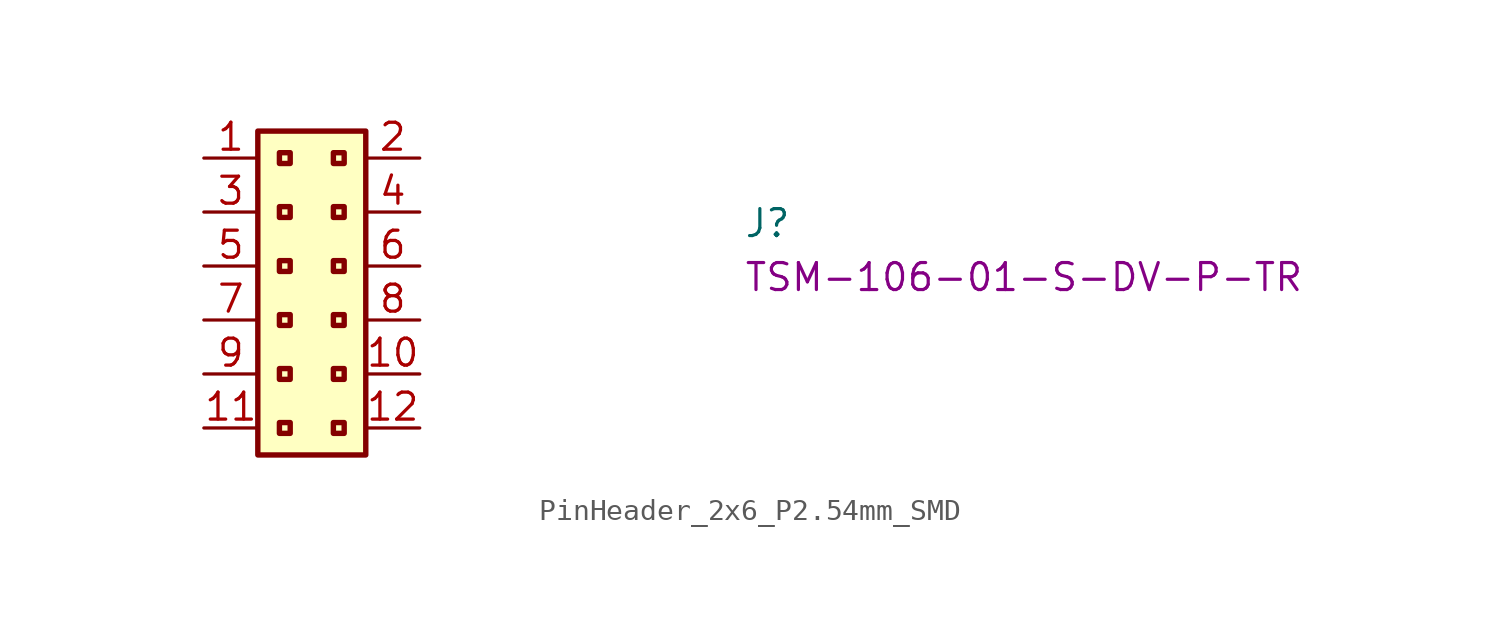
<source format=kicad_sym>
(kicad_symbol_lib
  (version 20220914)
  (generator kicad_symbol_editor)
  (symbol "PinHeader_2x6_P2.54mm_SMD"
    (property "Reference" "J"
      (at 25.4 -3.81 0)
      (effects (font (size 1.27 1.27) (thickness 0.15)) (justify left bottom)))
    (property "MPN" "TSM-106-01-S-DV-P-TR"
      (at 25.4 -6.35 0)
      (effects (font (size 1.27 1.27) (thickness 0.15)) (justify left bottom)))
    (symbol "PinHeader_2x6_P2.54mm_SMD_1_1"
      (rectangle (start 2.54 1.27) (end 7.62 -13.97) (stroke (width 0.254) (type default)) (fill (type background)))
      (rectangle (start 3.556 -12.446) (end 4.064 -12.954) (stroke (width 0.254) (type default)) (fill (type background)))
      (rectangle (start 3.556 -9.906) (end 4.064 -10.414) (stroke (width 0.254) (type default)) (fill (type background)))
      (rectangle (start 3.556 -7.366) (end 4.064 -7.874) (stroke (width 0.254) (type default)) (fill (type background)))
      (rectangle (start 3.556 -4.826) (end 4.064 -5.334) (stroke (width 0.254) (type default)) (fill (type background)))
      (rectangle (start 3.556 -2.286) (end 4.064 -2.794) (stroke (width 0.254) (type default)) (fill (type background)))
      (rectangle (start 3.556 0.254) (end 4.064 -0.254) (stroke (width 0.254) (type default)) (fill (type background)))
      (rectangle (start 6.096 -12.446) (end 6.604 -12.954) (stroke (width 0.254) (type default)) (fill (type background)))
      (rectangle (start 6.096 -9.906) (end 6.604 -10.414) (stroke (width 0.254) (type default)) (fill (type background)))
      (rectangle (start 6.096 -7.366) (end 6.604 -7.874) (stroke (width 0.254) (type default)) (fill (type background)))
      (rectangle (start 6.096 -4.826) (end 6.604 -5.334) (stroke (width 0.254) (type default)) (fill (type background)))
      (rectangle (start 6.096 -2.286) (end 6.604 -2.794) (stroke (width 0.254) (type default)) (fill (type background)))
      (rectangle (start 6.096 0.254) (end 6.604 -0.254) (stroke (width 0.254) (type default)) (fill (type background)))
      (pin passive line (at 0 0 0) (length 2.54) (name "~" (effects (font (size 1.27 1.27)))) (number "1" (effects (font (size 1.27 1.27)))))
      (pin passive line (at 10.16 -10.16 180) (length 2.54) (name "~" (effects (font (size 1.27 1.27)))) (number "10" (effects (font (size 1.27 1.27)))))
      (pin passive line (at 0 -12.7 0) (length 2.54) (name "~" (effects (font (size 1.27 1.27)))) (number "11" (effects (font (size 1.27 1.27)))))
      (pin passive line (at 10.16 -12.7 180) (length 2.54) (name "~" (effects (font (size 1.27 1.27)))) (number "12" (effects (font (size 1.27 1.27)))))
      (pin passive line (at 10.16 0 180) (length 2.54) (name "~" (effects (font (size 1.27 1.27)))) (number "2" (effects (font (size 1.27 1.27)))))
      (pin passive line (at 0 -2.54 0) (length 2.54) (name "~" (effects (font (size 1.27 1.27)))) (number "3" (effects (font (size 1.27 1.27)))))
      (pin passive line (at 10.16 -2.54 180) (length 2.54) (name "~" (effects (font (size 1.27 1.27)))) (number "4" (effects (font (size 1.27 1.27)))))
      (pin passive line (at 0 -5.08 0) (length 2.54) (name "~" (effects (font (size 1.27 1.27)))) (number "5" (effects (font (size 1.27 1.27)))))
      (pin passive line (at 10.16 -5.08 180) (length 2.54) (name "~" (effects (font (size 1.27 1.27)))) (number "6" (effects (font (size 1.27 1.27)))))
      (pin passive line (at 0 -7.62 0) (length 2.54) (name "~" (effects (font (size 1.27 1.27)))) (number "7" (effects (font (size 1.27 1.27)))))
      (pin passive line (at 10.16 -7.62 180) (length 2.54) (name "~" (effects (font (size 1.27 1.27)))) (number "8" (effects (font (size 1.27 1.27)))))
      (pin passive line (at 0 -10.16 0) (length 2.54) (name "~" (effects (font (size 1.27 1.27)))) (number "9" (effects (font (size 1.27 1.27))))))))
</source>
